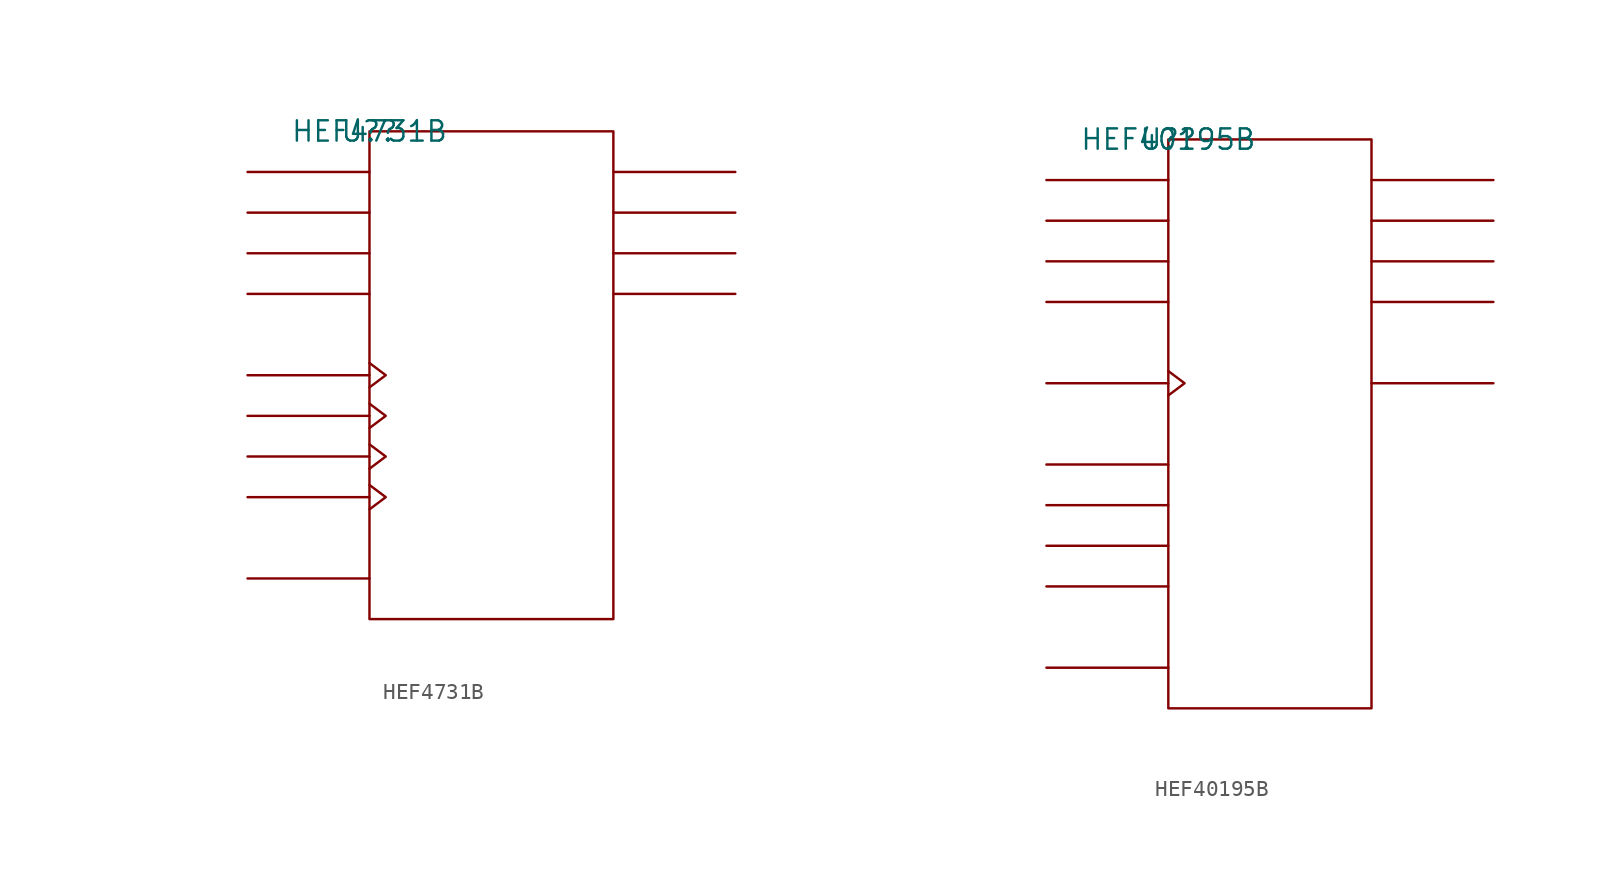
<source format=kicad_sym>
(kicad_symbol_lib
  (version 20211014)
  (generator kicad_symbol_editor)
  (symbol "HEF4731B"
    (pin_names
      (offset 0.762))
    (property "Reference" "U?"
      (at 0 0 0)
      (effects (font (size 1.27 1.27))))
    (property "Value" "HEF4731B"
      (at 0 0 0)
      (effects (font (size 1.27 1.27))))
    (symbol "HEF4731B_0_1"
      (rectangle (start 0 -30.48) (end 15.24 0) (stroke (width 0) (type default) (color 0 0 0 0)) (fill (type none)))
      (polyline (pts (xy 0 -27.94) (xy -7.62 -27.94)) (stroke (width 0) (type default) (color 0 0 0 0)) (fill (type none)))
      (polyline (pts (xy 0 -22.86) (xy -7.62 -22.86)) (stroke (width 0) (type default) (color 0 0 0 0)) (fill (type none)))
      (polyline (pts (xy 0 -20.32) (xy -7.62 -20.32)) (stroke (width 0) (type default) (color 0 0 0 0)) (fill (type none)))
      (polyline (pts (xy 0 -17.78) (xy -7.62 -17.78)) (stroke (width 0) (type default) (color 0 0 0 0)) (fill (type none)))
      (polyline (pts (xy 0 -15.24) (xy -7.62 -15.24)) (stroke (width 0) (type default) (color 0 0 0 0)) (fill (type none)))
      (polyline (pts (xy 0 -10.16) (xy -7.62 -10.16)) (stroke (width 0) (type default) (color 0 0 0 0)) (fill (type none)))
      (polyline (pts (xy 0 -7.62) (xy -7.62 -7.62)) (stroke (width 0) (type default) (color 0 0 0 0)) (fill (type none)))
      (polyline (pts (xy 0 -5.08) (xy -7.62 -5.08)) (stroke (width 0) (type default) (color 0 0 0 0)) (fill (type none)))
      (polyline (pts (xy 0 -2.54) (xy -7.62 -2.54)) (stroke (width 0) (type default) (color 0 0 0 0)) (fill (type none)))
      (polyline (pts (xy 15.24 -10.16) (xy 22.86 -10.16)) (stroke (width 0) (type default) (color 0 0 0 0)) (fill (type none)))
      (polyline (pts (xy 15.24 -7.62) (xy 22.86 -7.62)) (stroke (width 0) (type default) (color 0 0 0 0)) (fill (type none)))
      (polyline (pts (xy 15.24 -5.08) (xy 22.86 -5.08)) (stroke (width 0) (type default) (color 0 0 0 0)) (fill (type none)))
      (polyline (pts (xy 15.24 -2.54) (xy 22.86 -2.54)) (stroke (width 0) (type default) (color 0 0 0 0)) (fill (type none)))
      (polyline (pts (xy 0 -22.098) (xy 1.016 -22.86) (xy 0 -23.622)) (stroke (width 0) (type default) (color 0 0 0 0)) (fill (type none)))
      (polyline (pts (xy 0 -19.558) (xy 1.016 -20.32) (xy 0 -21.082)) (stroke (width 0) (type default) (color 0 0 0 0)) (fill (type none)))
      (polyline (pts (xy 0 -17.018) (xy 1.016 -17.78) (xy 0 -18.542)) (stroke (width 0) (type default) (color 0 0 0 0)) (fill (type none)))
      (polyline (pts (xy 0 -14.478) (xy 1.016 -15.24) (xy 0 -16.002)) (stroke (width 0) (type default) (color 0 0 0 0)) (fill (type none))))
    (symbol "HEF4731B_1_1"
      (pin unspecified line (at 22.86 -7.62 180) (length 7.62) hide (name "O63C" (effects (font (size 1.245 1.245)))) (number "1" (effects (font (size 1.245 1.245)))))
      (pin unspecified line (at -7.62 -15.24 180) (length 7.62) hide (name "C\\P\\A" (effects (font (size 1.245 1.245)))) (number "10" (effects (font (size 1.245 1.245)))))
      (pin unspecified line (at 22.86 -2.54 180) (length 7.62) hide (name "O63A" (effects (font (size 1.245 1.245)))) (number "11" (effects (font (size 1.245 1.245)))))
      (pin unspecified line (at -7.62 -5.08 0) (length 7.62) hide (name "DB" (effects (font (size 1.245 1.245)))) (number "12" (effects (font (size 1.245 1.245)))))
      (pin unspecified line (at -7.62 -17.78 180) (length 7.62) hide (name "C\\P\\B" (effects (font (size 1.245 1.245)))) (number "13" (effects (font (size 1.245 1.245)))))
      (pin power_in line (at -7.62 -27.94 0) (length 7.62) hide (name "VCC" (effects (font (size 1.245 1.245)))) (number "14" (effects (font (size 1.245 1.245)))))
      (pin unspecified line (at 22.86 -10.16 180) (length 7.62) hide (name "O63D" (effects (font (size 1.245 1.245)))) (number "2" (effects (font (size 1.245 1.245)))))
      (pin unspecified line (at -7.62 -22.86 180) (length 7.62) hide (name "C\\P\\D" (effects (font (size 1.245 1.245)))) (number "3" (effects (font (size 1.245 1.245)))))
      (pin unspecified line (at -7.62 -10.16 0) (length 7.62) hide (name "DD" (effects (font (size 1.245 1.245)))) (number "4" (effects (font (size 1.245 1.245)))))
      (pin unspecified line (at -7.62 -20.32 180) (length 7.62) hide (name "C\\P\\C" (effects (font (size 1.245 1.245)))) (number "5" (effects (font (size 1.245 1.245)))))
      (pin unspecified line (at -7.62 -7.62 0) (length 7.62) hide (name "DC" (effects (font (size 1.245 1.245)))) (number "6" (effects (font (size 1.245 1.245)))))
      (pin power_in line (at 10.16 -30.48 0) (length 7.62) hide (name "GND" (effects (font (size 1.245 1.245)))) (number "7" (effects (font (size 1.245 1.245)))))
      (pin unspecified line (at 22.86 -5.08 180) (length 7.62) hide (name "O63B" (effects (font (size 1.245 1.245)))) (number "8" (effects (font (size 1.245 1.245)))))
      (pin unspecified line (at -7.62 -2.54 0) (length 7.62) hide (name "DA" (effects (font (size 1.245 1.245)))) (number "9" (effects (font (size 1.245 1.245)))))))
  (symbol "HEF40195B"
    (pin_names
      (offset 0.762))
    (property "Reference" "U?"
      (at 0 0 0)
      (effects (font (size 1.27 1.27))))
    (property "Value" "HEF40195B"
      (at 0 0 0)
      (effects (font (size 1.27 1.27))))
    (symbol "HEF40195B_0_1"
      (rectangle (start 0 -35.56) (end 12.7 0) (stroke (width 0) (type default) (color 0 0 0 0)) (fill (type none)))
      (polyline (pts (xy 0 -33.02) (xy -7.62 -33.02)) (stroke (width 0) (type default) (color 0 0 0 0)) (fill (type none)))
      (polyline (pts (xy 0 -27.94) (xy -7.62 -27.94)) (stroke (width 0) (type default) (color 0 0 0 0)) (fill (type none)))
      (polyline (pts (xy 0 -25.4) (xy -7.62 -25.4)) (stroke (width 0) (type default) (color 0 0 0 0)) (fill (type none)))
      (polyline (pts (xy 0 -22.86) (xy -7.62 -22.86)) (stroke (width 0) (type default) (color 0 0 0 0)) (fill (type none)))
      (polyline (pts (xy 0 -20.32) (xy -7.62 -20.32)) (stroke (width 0) (type default) (color 0 0 0 0)) (fill (type none)))
      (polyline (pts (xy 0 -15.24) (xy -7.62 -15.24)) (stroke (width 0) (type default) (color 0 0 0 0)) (fill (type none)))
      (polyline (pts (xy 0 -10.16) (xy -7.62 -10.16)) (stroke (width 0) (type default) (color 0 0 0 0)) (fill (type none)))
      (polyline (pts (xy 0 -7.62) (xy -7.62 -7.62)) (stroke (width 0) (type default) (color 0 0 0 0)) (fill (type none)))
      (polyline (pts (xy 0 -5.08) (xy -7.62 -5.08)) (stroke (width 0) (type default) (color 0 0 0 0)) (fill (type none)))
      (polyline (pts (xy 0 -2.54) (xy -7.62 -2.54)) (stroke (width 0) (type default) (color 0 0 0 0)) (fill (type none)))
      (polyline (pts (xy 12.7 -15.24) (xy 20.32 -15.24)) (stroke (width 0) (type default) (color 0 0 0 0)) (fill (type none)))
      (polyline (pts (xy 12.7 -10.16) (xy 20.32 -10.16)) (stroke (width 0) (type default) (color 0 0 0 0)) (fill (type none)))
      (polyline (pts (xy 12.7 -7.62) (xy 20.32 -7.62)) (stroke (width 0) (type default) (color 0 0 0 0)) (fill (type none)))
      (polyline (pts (xy 12.7 -5.08) (xy 20.32 -5.08)) (stroke (width 0) (type default) (color 0 0 0 0)) (fill (type none)))
      (polyline (pts (xy 12.7 -2.54) (xy 20.32 -2.54)) (stroke (width 0) (type default) (color 0 0 0 0)) (fill (type none)))
      (polyline (pts (xy 0 -14.478) (xy 1.016 -15.24) (xy 0 -16.002)) (stroke (width 0) (type default) (color 0 0 0 0)) (fill (type none))))
    (symbol "HEF40195B_1_1"
      (pin unspecified line (at -7.62 -27.94 0) (length 7.62) hide (name "M\\R\\" (effects (font (size 1.245 1.245)))) (number "1" (effects (font (size 1.245 1.245)))))
      (pin unspecified line (at -7.62 -15.24 180) (length 7.62) hide (name "CP" (effects (font (size 1.245 1.245)))) (number "10" (effects (font (size 1.245 1.245)))))
      (pin unspecified line (at 20.32 -15.24 180) (length 7.62) hide (name "O\\3" (effects (font (size 1.245 1.245)))) (number "11" (effects (font (size 1.245 1.245)))))
      (pin unspecified line (at 20.32 -10.16 180) (length 7.62) hide (name "O3" (effects (font (size 1.245 1.245)))) (number "12" (effects (font (size 1.245 1.245)))))
      (pin unspecified line (at 20.32 -7.62 180) (length 7.62) hide (name "O2" (effects (font (size 1.245 1.245)))) (number "13" (effects (font (size 1.245 1.245)))))
      (pin unspecified line (at 20.32 -5.08 180) (length 7.62) hide (name "O1" (effects (font (size 1.245 1.245)))) (number "14" (effects (font (size 1.245 1.245)))))
      (pin unspecified line (at 20.32 -2.54 180) (length 7.62) hide (name "O0" (effects (font (size 1.245 1.245)))) (number "15" (effects (font (size 1.245 1.245)))))
      (pin power_in line (at -7.62 -33.02 0) (length 7.62) hide (name "VCC" (effects (font (size 1.245 1.245)))) (number "16" (effects (font (size 1.245 1.245)))))
      (pin unspecified line (at -7.62 -20.32 0) (length 7.62) hide (name "J" (effects (font (size 1.245 1.245)))) (number "2" (effects (font (size 1.245 1.245)))))
      (pin unspecified line (at -7.62 -22.86 0) (length 7.62) hide (name "K\\" (effects (font (size 1.245 1.245)))) (number "3" (effects (font (size 1.245 1.245)))))
      (pin unspecified line (at -7.62 -2.54 0) (length 7.62) hide (name "P0" (effects (font (size 1.245 1.245)))) (number "4" (effects (font (size 1.245 1.245)))))
      (pin unspecified line (at -7.62 -5.08 0) (length 7.62) hide (name "P1" (effects (font (size 1.245 1.245)))) (number "5" (effects (font (size 1.245 1.245)))))
      (pin unspecified line (at -7.62 -7.62 0) (length 7.62) hide (name "P2" (effects (font (size 1.245 1.245)))) (number "6" (effects (font (size 1.245 1.245)))))
      (pin unspecified line (at -7.62 -10.16 0) (length 7.62) hide (name "P3" (effects (font (size 1.245 1.245)))) (number "7" (effects (font (size 1.245 1.245)))))
      (pin power_in line (at 7.62 -35.56 0) (length 7.62) hide (name "GND" (effects (font (size 1.245 1.245)))) (number "8" (effects (font (size 1.245 1.245)))))
      (pin unspecified line (at -7.62 -25.4 0) (length 7.62) hide (name "P\\E\\" (effects (font (size 1.245 1.245)))) (number "9" (effects (font (size 1.245 1.245))))))))
</source>
